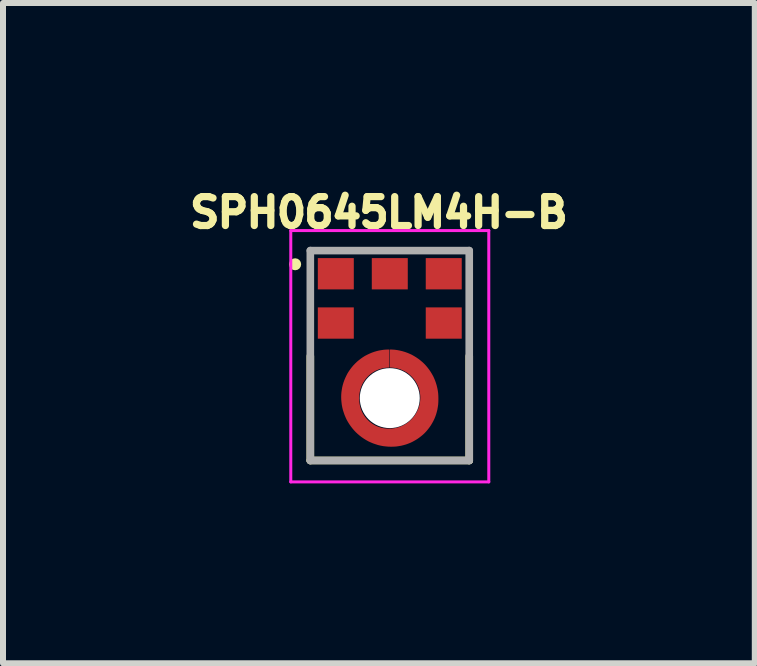
<source format=kicad_pcb>
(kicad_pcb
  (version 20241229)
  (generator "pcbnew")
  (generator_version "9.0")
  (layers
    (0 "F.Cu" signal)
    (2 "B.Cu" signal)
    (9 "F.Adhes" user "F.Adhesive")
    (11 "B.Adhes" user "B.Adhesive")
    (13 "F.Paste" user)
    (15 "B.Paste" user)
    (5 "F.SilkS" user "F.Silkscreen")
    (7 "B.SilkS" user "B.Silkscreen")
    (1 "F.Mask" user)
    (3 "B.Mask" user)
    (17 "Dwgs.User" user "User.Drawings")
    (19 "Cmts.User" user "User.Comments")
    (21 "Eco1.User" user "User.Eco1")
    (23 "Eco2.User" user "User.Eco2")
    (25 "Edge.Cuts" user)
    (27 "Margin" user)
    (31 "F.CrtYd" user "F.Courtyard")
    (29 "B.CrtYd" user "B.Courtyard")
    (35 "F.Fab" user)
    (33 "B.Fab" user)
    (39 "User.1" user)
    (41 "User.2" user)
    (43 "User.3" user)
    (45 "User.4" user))
  (footprint "SPH0645LM4H-B"
    (layer "F.Cu")
    (at 3.45 3.589)
    (property "Reference" "SPH0645LM4H-B" (at -0.182 -3.095 0) (layer "F.SilkS") (effects (font (size 0.482 0.482) (thickness 0.121))))
    (attr smd)
    (fp_circle (center 0 0) (end 0.456 0) (stroke (width 0.912) (type solid)) (fill no) (layer "F.Mask"))
    (fp_line (start -1.325 1.04) (end -1.325 -0.7) (stroke (width 0.127) (type solid)) (layer "F.SilkS"))
    (fp_line (start 1.325 -0.7) (end 1.325 1.04) (stroke (width 0.127) (type solid)) (layer "F.SilkS"))
    (fp_line (start 1.325 1.04) (end -1.325 1.04) (stroke (width 0.127) (type solid)) (layer "F.SilkS"))
    (fp_circle (center -1.578 -2.232) (end -1.528 -2.232) (stroke (width 0.1) (type solid)) (fill no) (layer "F.SilkS"))
    (fp_poly (pts (xy 0.38 0.53) (xy 0.28 0.425) (xy 0.23 0.46) (xy 0.12 0.5) (xy 0 0.514) (xy -0.12 0.5) (xy -0.225 0.462) (xy -0.288 0.426) (xy -0.385 0.525) (xy -0.5 0.64) (xy -0.405 0.705) (xy -0.31 0.75) (xy -0.22 0.78) (xy -0.14 0.8) (xy 0 0.81) (xy 0.16 0.796) (xy 0.31 0.75) (xy 0.425 0.69) (xy 0.495 0.645)) (stroke (width 0.001) (type solid)) (fill yes) (layer "F.Paste"))
    (fp_poly (pts (xy -0.375 -0.53) (xy -0.28 -0.435) (xy -0.23 -0.46) (xy -0.175 -0.485) (xy -0.12 -0.5) (xy -0.06 -0.51) (xy 0 -0.514) (xy 0.12 -0.5) (xy 0.225 -0.462) (xy 0.283 -0.426) (xy 0.385 -0.525) (xy 0.5 -0.64) (xy 0.41 -0.7) (xy 0.31 -0.75) (xy 0.23 -0.78) (xy 0.14 -0.8) (xy 0 -0.81) (xy -0.16 -0.796) (xy -0.31 -0.75) (xy -0.415 -0.7) (xy -0.49 -0.645)) (stroke (width 0.001) (type solid)) (fill yes) (layer "F.Paste"))
    (fp_poly (pts (xy 0.53 -0.385) (xy 0.425 -0.28) (xy 0.46 -0.23) (xy 0.5 -0.12) (xy 0.514 0) (xy 0.5 0.12) (xy 0.462 0.225) (xy 0.421 0.283) (xy 0.52 0.38) (xy 0.64 0.5) (xy 0.705 0.405) (xy 0.75 0.31) (xy 0.78 0.23) (xy 0.8 0.14) (xy 0.81 0.06) (xy 0.81 -0.065) (xy 0.796 -0.16) (xy 0.78 -0.235) (xy 0.75 -0.31) (xy 0.705 -0.405) (xy 0.64 -0.5)) (stroke (width 0.001) (type solid)) (fill yes) (layer "F.Paste"))
    (fp_poly (pts (xy -0.53 0.385) (xy -0.43 0.285) (xy -0.465 0.23) (xy -0.505 0.12) (xy -0.51 0.12) (xy -0.505 0.11) (xy -0.52 0.005) (xy -0.524 -0.005) (xy -0.52 -0.005) (xy -0.505 -0.125) (xy -0.462 -0.225) (xy -0.426 -0.293) (xy -0.525 -0.39) (xy -0.635 -0.505) (xy -0.7 -0.41) (xy -0.75 -0.31) (xy -0.78 -0.22) (xy -0.8 -0.14) (xy -0.81 0) (xy -0.796 0.16) (xy -0.75 0.31) (xy -0.705 0.4) (xy -0.64 0.5)) (stroke (width 0.001) (type solid)) (fill yes) (layer "F.Paste"))
    (fp_line (start -1.651 -2.794) (end 1.651 -2.794) (stroke (width 0.05) (type solid)) (layer "F.CrtYd"))
    (fp_line (start -1.651 1.397) (end -1.651 -2.794) (stroke (width 0.05) (type solid)) (layer "F.CrtYd"))
    (fp_line (start 1.651 -2.794) (end 1.651 1.397) (stroke (width 0.05) (type solid)) (layer "F.CrtYd"))
    (fp_line (start 1.651 1.397) (end -1.651 1.397) (stroke (width 0.05) (type solid)) (layer "F.CrtYd"))
    (fp_line (start -1.325 -2.46) (end 1.325 -2.46) (stroke (width 0.127) (type solid)) (layer "F.Fab"))
    (fp_line (start -1.325 1.04) (end -1.325 -2.46) (stroke (width 0.127) (type solid)) (layer "F.Fab"))
    (fp_line (start 1.325 -2.46) (end 1.325 1.04) (stroke (width 0.127) (type solid)) (layer "F.Fab"))
    (fp_line (start 1.325 1.04) (end -1.325 1.04) (stroke (width 0.127) (type solid)) (layer "F.Fab"))
    (pad "" np_thru_hole circle (at 0 0) (size 1 1) (drill 1) (layers "*.Cu" "*.Mask"))
    (pad "1" smd rect (at -0.9 -2.074) (size 0.6 0.522) (layers "F.Cu" "F.Mask" "F.Paste"))
    (pad "2" smd rect (at -0.9 -1.252) (size 0.6 0.522) (layers "F.Cu" "F.Mask" "F.Paste"))
    (pad "3" smd custom (at 0.65 -0.02) (size 0.1 0.1) (layers "F.Cu") (options (anchor rect)) (primitives (gr_poly (pts (xy -0.66 -0.49) (xy -0.66 -0.79) (xy -0.707 -0.789) (xy -0.748 -0.786) (xy -0.789 -0.78) (xy -0.83 -0.773) (xy -0.871 -0.763) (xy -0.911 -0.751) (xy -0.95 -0.737) (xy -0.988 -0.721) (xy -1.026 -0.703) (xy -1.063 -0.684) (xy -1.098 -0.662) (xy -1.132 -0.638) (xy -1.165 -0.613) (xy -1.197 -0.586) (xy -1.227 -0.557) (xy -1.256 -0.527) (xy -1.283 -0.495) (xy -1.308 -0.462) (xy -1.332 -0.428) (xy -1.354 -0.393) (xy -1.373 -0.356) (xy -1.391 -0.318) (xy -1.407 -0.28) (xy -1.421 -0.241) (xy -1.433 -0.201) (xy -1.443 -0.16) (xy -1.45 -0.119) (xy -1.456 -0.078) (xy -1.459 -0.037) (xy -1.46 0) (xy -1.459 0.043) (xy -1.455 0.087) (xy -1.45 0.13) (xy -1.442 0.173) (xy -1.432 0.215) (xy -1.419 0.256) (xy -1.405 0.297) (xy -1.388 0.338) (xy -1.37 0.377) (xy -1.349 0.415) (xy -1.326 0.452) (xy -1.301 0.488) (xy -1.275 0.522) (xy -1.247 0.555) (xy -1.217 0.587) (xy -1.185 0.617) (xy -1.152 0.645) (xy -1.118 0.671) (xy -1.082 0.696) (xy -1.045 0.719) (xy -1.007 0.74) (xy -0.968 0.758) (xy -0.927 0.775) (xy -0.886 0.789) (xy -0.845 0.802) (xy -0.803 0.812) (xy -0.76 0.82) (xy -0.717 0.825) (xy -0.673 0.829) (xy -0.63 0.83) (xy -0.62 0.83) (xy -0.579 0.829) (xy -0.538 0.826) (xy -0.498 0.82) (xy -0.458 0.813) (xy -0.418 0.803) (xy -0.379 0.792) (xy -0.34 0.778) (xy -0.303 0.763) (xy -0.266 0.745) (xy -0.23 0.725) (xy -0.195 0.704) (xy -0.162 0.681) (xy -0.129 0.656) (xy -0.098 0.63) (xy -0.068 0.602) (xy -0.04 0.572) (xy -0.014 0.541) (xy 0.011 0.508) (xy 0.034 0.475) (xy 0.055 0.44) (xy 0.075 0.404) (xy 0.093 0.367) (xy 0.108 0.33) (xy 0.122 0.291) (xy 0.133 0.252) (xy 0.143 0.212) (xy 0.15 0.172) (xy 0.156 0.132) (xy 0.159 0.091) (xy 0.16 0.05) (xy 0.16 0.02) (xy 0.159 -0.022) (xy 0.156 -0.065) (xy 0.15 -0.107) (xy 0.142 -0.148) (xy 0.132 -0.19) (xy 0.12 -0.23) (xy 0.106 -0.27) (xy 0.09 -0.309) (xy 0.072 -0.348) (xy 0.051 -0.385) (xy 0.029 -0.421) (xy 0.005 -0.456) (xy -0.021 -0.49) (xy -0.048 -0.522) (xy -0.077 -0.553) (xy -0.108 -0.582) (xy -0.14 -0.609) (xy -0.174 -0.635) (xy -0.209 -0.659) (xy -0.245 -0.681) (xy -0.282 -0.702) (xy -0.321 -0.72) (xy -0.36 -0.736) (xy -0.4 -0.75) (xy -0.44 -0.762) (xy -0.482 -0.772) (xy -0.523 -0.78) (xy -0.565 -0.786) (xy -0.608 -0.789) (xy -0.65 -0.79) (xy -0.65 -0.49) (xy -0.627 -0.49) (xy -0.601 -0.488) (xy -0.575 -0.485) (xy -0.549 -0.481) (xy -0.523 -0.475) (xy -0.497 -0.468) (xy -0.472 -0.46) (xy -0.448 -0.45) (xy -0.424 -0.439) (xy -0.4 -0.427) (xy -0.377 -0.413) (xy -0.355 -0.399) (xy -0.334 -0.383) (xy -0.314 -0.366) (xy -0.294 -0.348) (xy -0.276 -0.329) (xy -0.258 -0.31) (xy -0.242 -0.289) (xy -0.226 -0.267) (xy -0.212 -0.245) (xy -0.199 -0.222) (xy -0.187 -0.198) (xy -0.177 -0.174) (xy -0.167 -0.149) (xy -0.16 -0.124) (xy -0.153 -0.099) (xy -0.148 -0.073) (xy -0.144 -0.047) (xy -0.141 -0.02) (xy -0.14 0.01) (xy -0.141 0.037) (xy -0.143 0.064) (xy -0.146 0.091) (xy -0.151 0.118) (xy -0.158 0.145) (xy -0.165 0.171) (xy -0.175 0.196) (xy -0.185 0.222) (xy -0.197 0.246) (xy -0.21 0.27) (xy -0.224 0.293) (xy -0.239 0.316) (xy -0.256 0.337) (xy -0.274 0.358) (xy -0.292 0.378) (xy -0.312 0.396) (xy -0.333 0.414) (xy -0.354 0.431) (xy -0.377 0.446) (xy -0.4 0.46) (xy -0.424 0.473) (xy -0.448 0.485) (xy -0.474 0.495) (xy -0.499 0.505) (xy -0.525 0.512) (xy -0.552 0.519) (xy -0.579 0.524) (xy -0.606 0.527) (xy -0.633 0.529) (xy -0.66 0.53) (xy -0.67 0.53) (xy -0.696 0.529) (xy -0.721 0.527) (xy -0.747 0.524) (xy -0.772 0.519) (xy -0.797 0.513) (xy -0.821 0.506) (xy -0.846 0.497) (xy -0.869 0.488) (xy -0.892 0.477) (xy -0.915 0.464) (xy -0.937 0.451) (xy -0.958 0.436) (xy -0.978 0.421) (xy -0.998 0.404) (xy -1.016 0.386) (xy -1.034 0.368) (xy -1.051 0.348) (xy -1.066 0.328) (xy -1.081 0.307) (xy -1.094 0.285) (xy -1.107 0.262) (xy -1.118 0.239) (xy -1.127 0.216) (xy -1.136 0.191) (xy -1.143 0.167) (xy -1.149 0.142) (xy -1.154 0.117) (xy -1.157 0.091) (xy -1.159 0.066) (xy -1.16 0.04) (xy -1.16 0.01) (xy -1.159 -0.016) (xy -1.157 -0.042) (xy -1.154 -0.068) (xy -1.149 -0.094) (xy -1.143 -0.119) (xy -1.136 -0.145) (xy -1.127 -0.169) (xy -1.117 -0.193) (xy -1.106 -0.217) (xy -1.093 -0.24) (xy -1.079 -0.262) (xy -1.065 -0.284) (xy -1.049 -0.305) (xy -1.032 -0.325) (xy -1.014 -0.344) (xy -0.995 -0.362) (xy -0.975 -0.379) (xy -0.954 -0.395) (xy -0.932 -0.409) (xy -0.91 -0.423) (xy -0.887 -0.436) (xy -0.863 -0.447) (xy -0.839 -0.457) (xy -0.815 -0.466) (xy -0.789 -0.473) (xy -0.764 -0.479) (xy -0.738 -0.484) (xy -0.712 -0.487) (xy -0.686 -0.489) (xy -0.66 -0.49)) (width 0.001) (fill yes))))
    (pad "4" smd rect (at 0.9 -1.252) (size 0.6 0.522) (layers "F.Cu" "F.Mask" "F.Paste"))
    (pad "5" smd rect (at 0.9 -2.074) (size 0.6 0.522) (layers "F.Cu" "F.Mask" "F.Paste"))
    (pad "6" smd rect (at 0 -2.074) (size 0.6 0.522) (layers "F.Cu" "F.Mask" "F.Paste")))
  (gr_rect
    (start -3 -3)
    (end 9.537 8.011)
    (stroke (width 0.1) (type default))
    (fill no)
    (layer "Edge.Cuts")))
</source>
